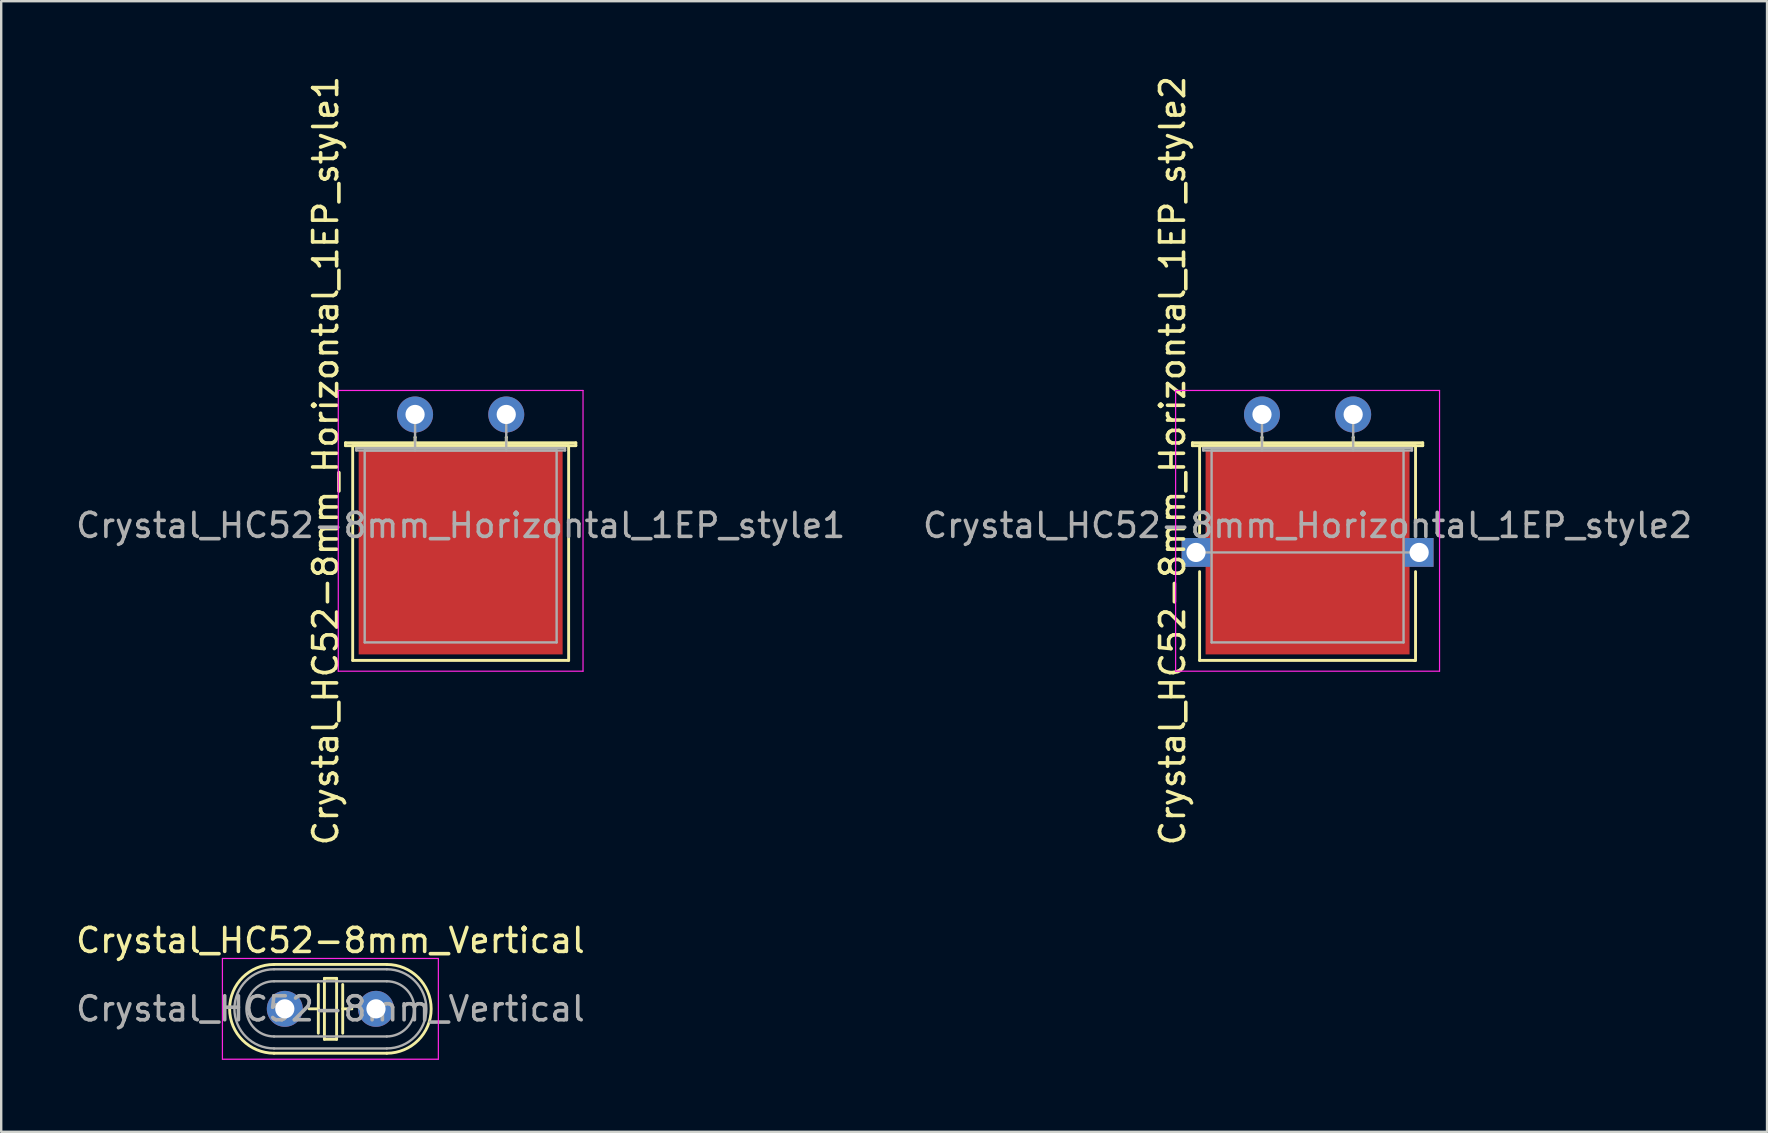
<source format=kicad_pcb>
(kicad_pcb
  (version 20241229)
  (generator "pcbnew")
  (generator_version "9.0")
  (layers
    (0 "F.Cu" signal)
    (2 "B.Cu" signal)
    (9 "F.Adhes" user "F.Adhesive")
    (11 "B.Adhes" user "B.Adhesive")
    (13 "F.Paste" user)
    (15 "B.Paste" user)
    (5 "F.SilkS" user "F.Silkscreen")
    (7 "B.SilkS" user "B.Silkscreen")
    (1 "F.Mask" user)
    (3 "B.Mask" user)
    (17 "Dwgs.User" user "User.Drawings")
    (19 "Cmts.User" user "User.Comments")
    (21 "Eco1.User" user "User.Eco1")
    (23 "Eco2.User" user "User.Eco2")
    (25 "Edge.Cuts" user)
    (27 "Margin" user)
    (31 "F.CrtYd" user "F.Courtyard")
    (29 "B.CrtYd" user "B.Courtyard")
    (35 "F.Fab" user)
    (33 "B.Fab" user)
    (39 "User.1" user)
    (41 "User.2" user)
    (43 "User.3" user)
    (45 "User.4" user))
  (footprint "Crystal_HC52-8mm_Vertical"
    (layer "F.Cu")
    (at 8.82 38.996)
    (property "Reference" "Crystal_HC52-8mm_Vertical" (at 1.9 -2.85 0) (layer "F.SilkS") (effects (font (size 1 1) (thickness 0.15))))
    (attr through_hole)
    (fp_line (start -0.45 -1.85) (end 4.25 -1.85) (stroke (width 0.12) (type solid)) (layer "F.SilkS"))
    (fp_line (start -0.45 1.85) (end 4.25 1.85) (stroke (width 0.12) (type solid)) (layer "F.SilkS"))
    (fp_line (start 1.016 0) (end 1.397 0) (stroke (width 0.12) (type solid)) (layer "F.SilkS"))
    (fp_line (start 1.397 0) (end 1.397 -1.016) (stroke (width 0.12) (type solid)) (layer "F.SilkS"))
    (fp_line (start 1.397 0) (end 1.397 1.016) (stroke (width 0.12) (type solid)) (layer "F.SilkS"))
    (fp_line (start 1.651 -1.27) (end 1.651 1.27) (stroke (width 0.12) (type solid)) (layer "F.SilkS"))
    (fp_line (start 1.651 1.27) (end 2.159 1.27) (stroke (width 0.12) (type solid)) (layer "F.SilkS"))
    (fp_line (start 2.159 -1.27) (end 1.651 -1.27) (stroke (width 0.12) (type solid)) (layer "F.SilkS"))
    (fp_line (start 2.159 1.27) (end 2.159 -1.27) (stroke (width 0.12) (type solid)) (layer "F.SilkS"))
    (fp_line (start 2.413 -1.016) (end 2.413 1.016) (stroke (width 0.12) (type solid)) (layer "F.SilkS"))
    (fp_line (start 2.413 0) (end 2.794 0) (stroke (width 0.12) (type solid)) (layer "F.SilkS"))
    (fp_arc (start -0.45 1.85) (mid -2.3 0) (end -0.45 -1.85) (stroke (width 0.12) (type solid)) (layer "F.SilkS"))
    (fp_arc (start 4.25 -1.85) (mid 6.1 0) (end 4.25 1.85) (stroke (width 0.12) (type solid)) (layer "F.SilkS"))
    (fp_line (start -2.6 -2.1) (end -2.6 2.1) (stroke (width 0.05) (type solid)) (layer "F.CrtYd"))
    (fp_line (start -2.6 2.1) (end 6.4 2.1) (stroke (width 0.05) (type solid)) (layer "F.CrtYd"))
    (fp_line (start 6.4 -2.1) (end -2.6 -2.1) (stroke (width 0.05) (type solid)) (layer "F.CrtYd"))
    (fp_line (start 6.4 2.1) (end 6.4 -2.1) (stroke (width 0.05) (type solid)) (layer "F.CrtYd"))
    (fp_line (start -0.45 -1.65) (end 4.25 -1.65) (stroke (width 0.1) (type solid)) (layer "F.Fab"))
    (fp_line (start -0.45 -1.15) (end 4.25 -1.15) (stroke (width 0.1) (type solid)) (layer "F.Fab"))
    (fp_line (start -0.45 1.15) (end 4.25 1.15) (stroke (width 0.1) (type solid)) (layer "F.Fab"))
    (fp_line (start -0.45 1.65) (end 4.25 1.65) (stroke (width 0.1) (type solid)) (layer "F.Fab"))
    (fp_arc (start -0.45 1.15) (mid -1.6 0) (end -0.45 -1.15) (stroke (width 0.1) (type solid)) (layer "F.Fab"))
    (fp_arc (start -0.45 1.65) (mid -2.1 0) (end -0.45 -1.65) (stroke (width 0.1) (type solid)) (layer "F.Fab"))
    (fp_arc (start 4.25 -1.65) (mid 5.9 0) (end 4.25 1.65) (stroke (width 0.1) (type solid)) (layer "F.Fab"))
    (fp_arc (start 4.25 -1.15) (mid 5.4 0) (end 4.25 1.15) (stroke (width 0.1) (type solid)) (layer "F.Fab"))
    (fp_text user "${REFERENCE}" (at 1.9 0 0) (layer "F.Fab") (effects (font (size 1 1) (thickness 0.15))))
    (pad "1" thru_hole circle (at 0 0) (size 1.5 1.5) (drill 0.8) (layers "*.Cu" "*.Mask"))
    (pad "2" thru_hole circle (at 3.8 0) (size 1.5 1.5) (drill 0.8) (layers "*.Cu" "*.Mask")))
  (footprint "Crystal_HC52-8mm_Horizontal_1EP_style2"
    (layer "F.Cu")
    (at 49.546 14.224)
    (property "Reference" "Crystal_HC52-8mm_Horizontal_1EP_style2" (at -3.725 1.925 90) (layer "F.SilkS") (effects (font (size 1 1) (thickness 0.15))))
    (attr through_hole)
    (fp_line (start -2.9 1.18) (end 6.7 1.18) (stroke (width 0.12) (type solid)) (layer "F.SilkS"))
    (fp_line (start -2.9 1.3) (end -2.9 1.18) (stroke (width 0.12) (type solid)) (layer "F.SilkS"))
    (fp_line (start -2.6 4.95) (end -2.6 1.3) (stroke (width 0.12) (type solid)) (layer "F.SilkS"))
    (fp_line (start -2.6 6.55) (end -2.6 10.25) (stroke (width 0.12) (type solid)) (layer "F.SilkS"))
    (fp_line (start -2.6 10.25) (end 6.35 10.25) (stroke (width 0.12) (type solid)) (layer "F.SilkS"))
    (fp_line (start -2.55 1.3) (end 6.35 1.3) (stroke (width 0.12) (type solid)) (layer "F.SilkS"))
    (fp_line (start 0 0.95) (end 0 0.95) (stroke (width 0.12) (type solid)) (layer "F.SilkS"))
    (fp_line (start 0 1.3) (end 0 0.95) (stroke (width 0.12) (type solid)) (layer "F.SilkS"))
    (fp_line (start 3.8 0.95) (end 3.8 0.95) (stroke (width 0.12) (type solid)) (layer "F.SilkS"))
    (fp_line (start 3.8 1.3) (end 3.8 0.95) (stroke (width 0.12) (type solid)) (layer "F.SilkS"))
    (fp_line (start 6.35 10.25) (end 6.4 10.25) (stroke (width 0.12) (type solid)) (layer "F.SilkS"))
    (fp_line (start 6.4 1.3) (end 6.4 4.95) (stroke (width 0.12) (type solid)) (layer "F.SilkS"))
    (fp_line (start 6.4 10.25) (end 6.4 6.55) (stroke (width 0.12) (type solid)) (layer "F.SilkS"))
    (fp_line (start 6.7 1.18) (end 6.7 1.3) (stroke (width 0.12) (type solid)) (layer "F.SilkS"))
    (fp_line (start 6.7 1.3) (end -2.9 1.3) (stroke (width 0.12) (type solid)) (layer "F.SilkS"))
    (fp_line (start -3.6 -1) (end -3.6 10.7) (stroke (width 0.05) (type solid)) (layer "F.CrtYd"))
    (fp_line (start -3.6 10.7) (end 7.4 10.7) (stroke (width 0.05) (type solid)) (layer "F.CrtYd"))
    (fp_line (start 7.4 -1) (end -3.6 -1) (stroke (width 0.05) (type solid)) (layer "F.CrtYd"))
    (fp_line (start 7.4 10.7) (end 7.4 -1) (stroke (width 0.05) (type solid)) (layer "F.CrtYd"))
    (fp_line (start -2.75 5.75) (end 6.55 5.75) (stroke (width 0.1) (type solid)) (layer "F.Fab"))
    (fp_line (start -2.45 1.4) (end 6.25 1.4) (stroke (width 0.1) (type solid)) (layer "F.Fab"))
    (fp_line (start -2.45 1.5) (end -2.45 1.4) (stroke (width 0.1) (type solid)) (layer "F.Fab"))
    (fp_line (start -2.1 1.5) (end -2.1 9.5) (stroke (width 0.1) (type solid)) (layer "F.Fab"))
    (fp_line (start -2.1 9.5) (end 5.9 9.5) (stroke (width 0.1) (type solid)) (layer "F.Fab"))
    (fp_line (start 0 0.75) (end 0 0) (stroke (width 0.1) (type solid)) (layer "F.Fab"))
    (fp_line (start 0 1.5) (end 0 0.75) (stroke (width 0.1) (type solid)) (layer "F.Fab"))
    (fp_line (start 3.8 0.75) (end 3.8 0) (stroke (width 0.1) (type solid)) (layer "F.Fab"))
    (fp_line (start 3.8 1.5) (end 3.8 0.75) (stroke (width 0.1) (type solid)) (layer "F.Fab"))
    (fp_line (start 5.9 1.5) (end -2.1 1.5) (stroke (width 0.1) (type solid)) (layer "F.Fab"))
    (fp_line (start 5.9 9.5) (end 5.9 1.5) (stroke (width 0.1) (type solid)) (layer "F.Fab"))
    (fp_line (start 6.25 1.4) (end 6.25 1.5) (stroke (width 0.1) (type solid)) (layer "F.Fab"))
    (fp_line (start 6.25 1.5) (end -2.45 1.5) (stroke (width 0.1) (type solid)) (layer "F.Fab"))
    (fp_text user "${REFERENCE}" (at 1.9 4.625 0) (layer "F.Fab") (effects (font (size 1 1) (thickness 0.15))))
    (pad "1" thru_hole circle (at 0 0) (size 1.5 1.5) (drill 0.8) (layers "*.Cu" "*.Mask"))
    (pad "2" thru_hole circle (at 3.8 0) (size 1.5 1.5) (drill 0.8) (layers "*.Cu" "*.Mask"))
    (pad "3" thru_hole rect (at -2.75 5.75) (size 1.2 1.2) (drill 0.8) (layers "*.Cu" "*.Mask"))
    (pad "3" smd rect (at 1.9 5.75) (size 8.5 8.5) (layers "F.Cu" "F.Mask" "F.Paste"))
    (pad "3" thru_hole rect (at 6.55 5.75) (size 1.2 1.2) (drill 0.8) (layers "*.Cu" "*.Mask")))
  (footprint "Crystal_HC52-8mm_Horizontal_1EP_style1"
    (layer "F.Cu")
    (at 14.249 14.224)
    (property "Reference" "Crystal_HC52-8mm_Horizontal_1EP_style1" (at -3.725 1.925 90) (layer "F.SilkS") (effects (font (size 1 1) (thickness 0.15))))
    (attr through_hole)
    (fp_line (start -2.9 1.18) (end 6.7 1.18) (stroke (width 0.12) (type solid)) (layer "F.SilkS"))
    (fp_line (start -2.9 1.3) (end -2.9 1.18) (stroke (width 0.12) (type solid)) (layer "F.SilkS"))
    (fp_line (start -2.6 1.3) (end -2.6 10.25) (stroke (width 0.12) (type solid)) (layer "F.SilkS"))
    (fp_line (start -2.6 10.25) (end 6.4 10.25) (stroke (width 0.12) (type solid)) (layer "F.SilkS"))
    (fp_line (start 0 0.95) (end 0 0.95) (stroke (width 0.12) (type solid)) (layer "F.SilkS"))
    (fp_line (start 0 1.3) (end 0 0.95) (stroke (width 0.12) (type solid)) (layer "F.SilkS"))
    (fp_line (start 3.8 0.95) (end 3.8 0.95) (stroke (width 0.12) (type solid)) (layer "F.SilkS"))
    (fp_line (start 3.8 1.3) (end 3.8 0.95) (stroke (width 0.12) (type solid)) (layer "F.SilkS"))
    (fp_line (start 6.35 1.3) (end -2.55 1.3) (stroke (width 0.12) (type solid)) (layer "F.SilkS"))
    (fp_line (start 6.4 10.25) (end 6.4 1.3) (stroke (width 0.12) (type solid)) (layer "F.SilkS"))
    (fp_line (start 6.7 1.18) (end 6.7 1.3) (stroke (width 0.12) (type solid)) (layer "F.SilkS"))
    (fp_line (start 6.7 1.3) (end -2.9 1.3) (stroke (width 0.12) (type solid)) (layer "F.SilkS"))
    (fp_line (start -3.2 -1) (end -3.2 10.7) (stroke (width 0.05) (type solid)) (layer "F.CrtYd"))
    (fp_line (start -3.2 10.7) (end 7 10.7) (stroke (width 0.05) (type solid)) (layer "F.CrtYd"))
    (fp_line (start 7 -1) (end -3.2 -1) (stroke (width 0.05) (type solid)) (layer "F.CrtYd"))
    (fp_line (start 7 10.7) (end 7 -1) (stroke (width 0.05) (type solid)) (layer "F.CrtYd"))
    (fp_line (start -2.45 1.4) (end 6.25 1.4) (stroke (width 0.1) (type solid)) (layer "F.Fab"))
    (fp_line (start -2.45 1.5) (end -2.45 1.4) (stroke (width 0.1) (type solid)) (layer "F.Fab"))
    (fp_line (start -2.1 1.5) (end -2.1 9.5) (stroke (width 0.1) (type solid)) (layer "F.Fab"))
    (fp_line (start -2.1 9.5) (end 5.9 9.5) (stroke (width 0.1) (type solid)) (layer "F.Fab"))
    (fp_line (start 0 0.75) (end 0 0) (stroke (width 0.1) (type solid)) (layer "F.Fab"))
    (fp_line (start 0 1.5) (end 0 0.75) (stroke (width 0.1) (type solid)) (layer "F.Fab"))
    (fp_line (start 3.8 0.75) (end 3.8 0) (stroke (width 0.1) (type solid)) (layer "F.Fab"))
    (fp_line (start 3.8 1.5) (end 3.8 0.75) (stroke (width 0.1) (type solid)) (layer "F.Fab"))
    (fp_line (start 5.9 1.5) (end -2.1 1.5) (stroke (width 0.1) (type solid)) (layer "F.Fab"))
    (fp_line (start 5.9 9.5) (end 5.9 1.5) (stroke (width 0.1) (type solid)) (layer "F.Fab"))
    (fp_line (start 6.25 1.4) (end 6.25 1.5) (stroke (width 0.1) (type solid)) (layer "F.Fab"))
    (fp_line (start 6.25 1.5) (end -2.45 1.5) (stroke (width 0.1) (type solid)) (layer "F.Fab"))
    (fp_text user "${REFERENCE}" (at 1.9 4.625 0) (layer "F.Fab") (effects (font (size 1 1) (thickness 0.15))))
    (pad "1" thru_hole circle (at 0 0) (size 1.5 1.5) (drill 0.8) (layers "*.Cu" "*.Mask"))
    (pad "2" thru_hole circle (at 3.8 0) (size 1.5 1.5) (drill 0.8) (layers "*.Cu" "*.Mask"))
    (pad "3" smd rect (at 1.9 5.75) (size 8.5 8.5) (layers "F.Cu" "F.Mask" "F.Paste")))
  (gr_rect
    (start -3 -3)
    (end 70.595 44.121)
    (stroke (width 0.1) (type default))
    (fill no)
    (layer "Edge.Cuts")))
</source>
